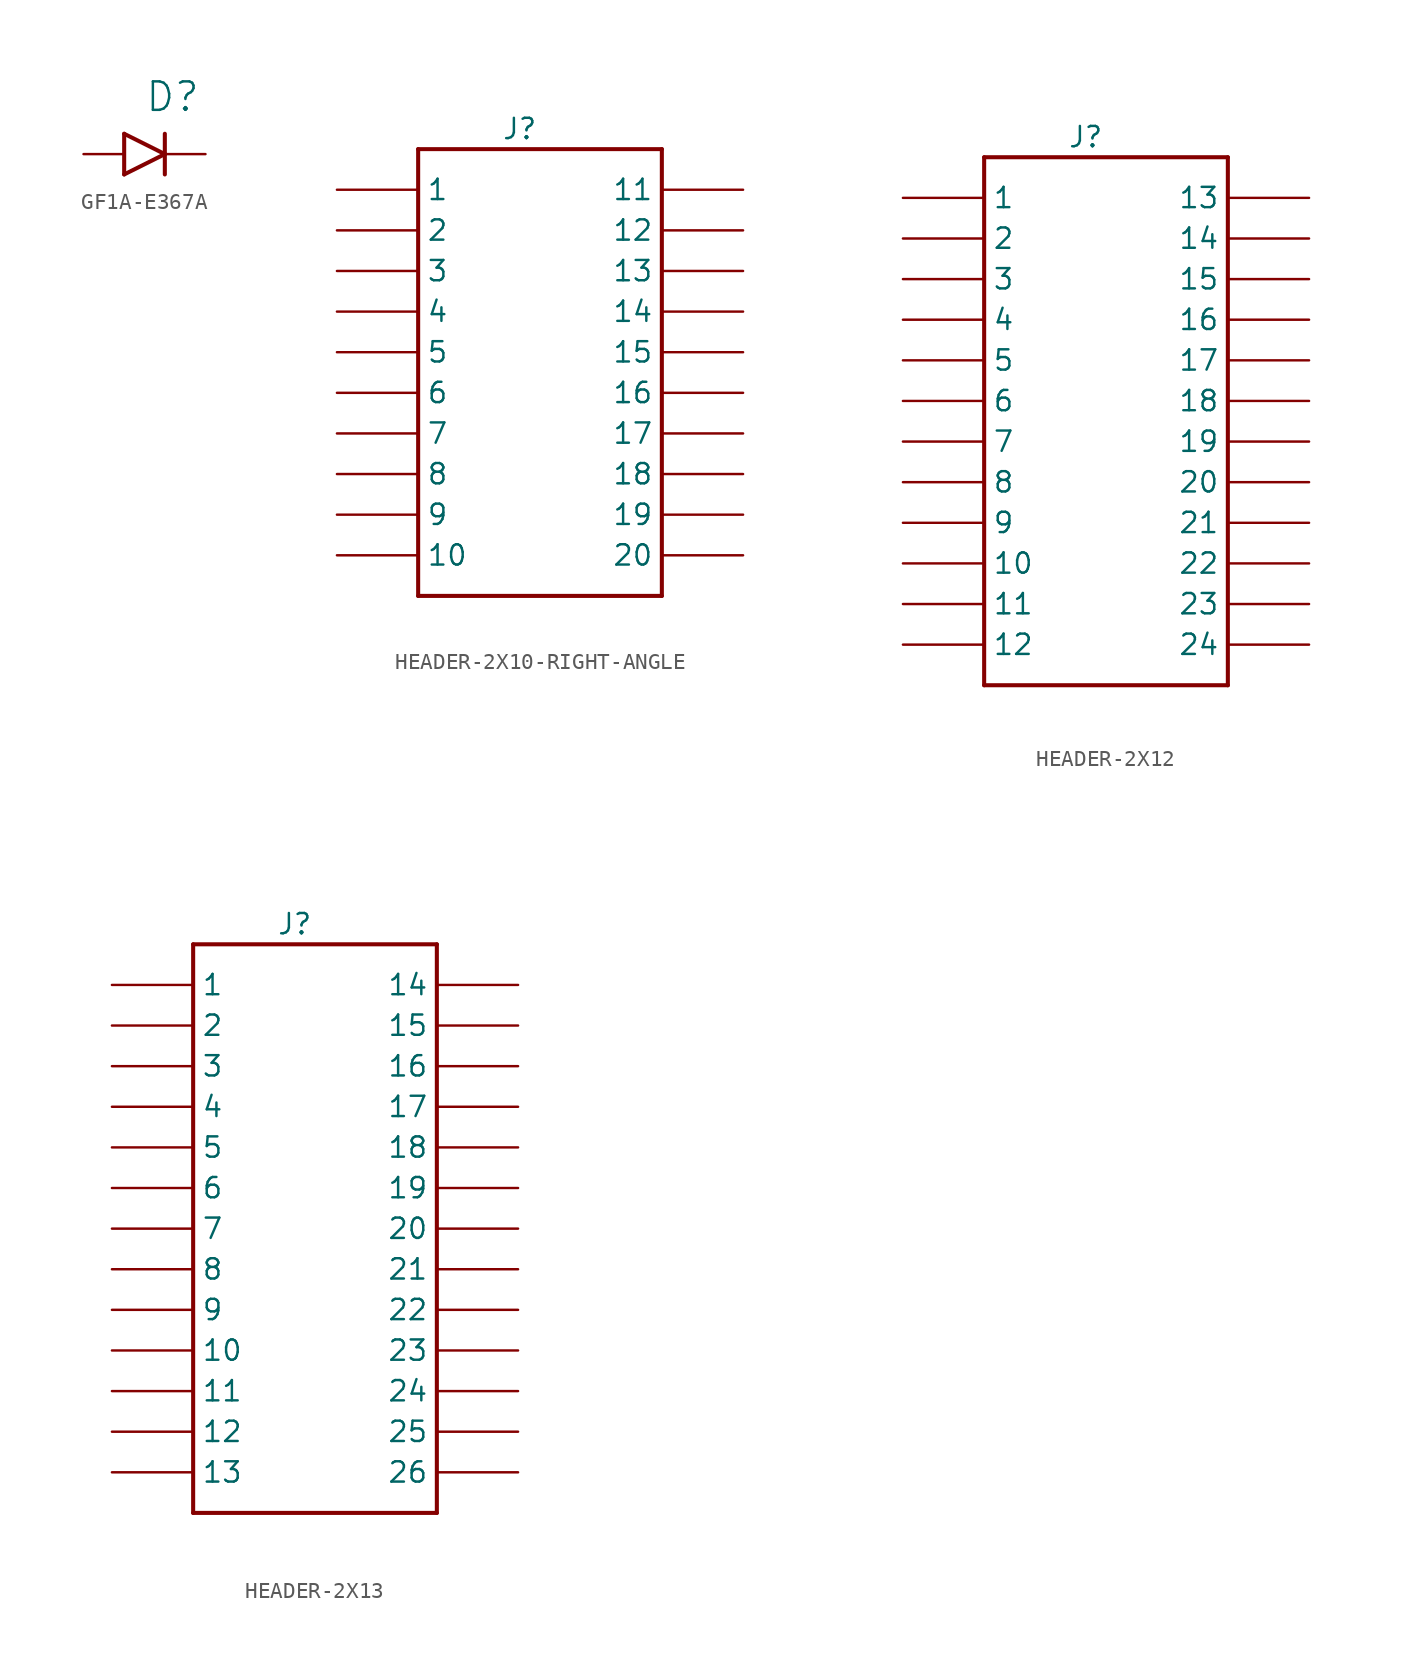
<source format=kicad_sym>
(kicad_symbol_lib
  (version 20220914)
  (generator kicad_symbol_editor)
  (symbol "GF1A-E367A"
    (pin_numbers hide)
    (pin_names hide)
    (property "Reference" "D"
      (at -1.27 2.54 0)
      (effects (font (size 1.778 1.778)) (justify left bottom)))
    (symbol "GF1A-E367A_1_0"
      (polyline (pts (xy -2.54 1.27) (xy -2.54 -1.27)) (stroke (width 0.254) (type solid)) (fill (type none)))
      (polyline (pts (xy -2.54 1.27) (xy 0 0)) (stroke (width 0.254) (type solid)) (fill (type none)))
      (polyline (pts (xy 0 0) (xy -2.54 -1.27)) (stroke (width 0.254) (type solid)) (fill (type none)))
      (polyline (pts (xy 0 0) (xy 0 -1.27)) (stroke (width 0.254) (type solid)) (fill (type none)))
      (polyline (pts (xy 0 1.27) (xy 0 0)) (stroke (width 0.254) (type solid)) (fill (type none)))
      (pin passive line (at -5.08 0 0) (length 2.54) (name "1" (effects (font (size 0 0)))) (number "1" (effects (font (size 0 0)))))
      (pin passive line (at 2.54 0 180) (length 2.54) (name "2" (effects (font (size 0 0)))) (number "2" (effects (font (size 0 0)))))))
  (symbol "HEADER-2X10-RIGHT-ANGLE"
    (pin_numbers hide)
    (property "Reference" "J"
      (at -1.27 15.24 0)
      (effects (font (size 1.27 1.27))))
    (symbol "HEADER-2X10-RIGHT-ANGLE_1_0"
      (polyline (pts (xy -7.62 -13.97) (xy -7.62 13.97)) (stroke (width 0.254) (type solid)) (fill (type none)))
      (polyline (pts (xy -7.62 13.97) (xy 7.62 13.97)) (stroke (width 0.254) (type solid)) (fill (type none)))
      (polyline (pts (xy 7.62 -13.97) (xy -7.62 -13.97)) (stroke (width 0.254) (type solid)) (fill (type none)))
      (polyline (pts (xy 7.62 13.97) (xy 7.62 -13.97)) (stroke (width 0.254) (type solid)) (fill (type none)))
      (pin passive line (at -12.7 11.43 0) (length 5.08) (name "1" (effects (font (size 1.27 1.27)))) (number "1" (effects (font (size 1.27 1.27)))))
      (pin passive line (at -12.7 -11.43 0) (length 5.08) (name "10" (effects (font (size 1.27 1.27)))) (number "10" (effects (font (size 1.27 1.27)))))
      (pin passive line (at 12.7 11.43 180) (length 5.08) (name "11" (effects (font (size 1.27 1.27)))) (number "11" (effects (font (size 1.27 1.27)))))
      (pin passive line (at 12.7 8.89 180) (length 5.08) (name "12" (effects (font (size 1.27 1.27)))) (number "12" (effects (font (size 1.27 1.27)))))
      (pin passive line (at 12.7 6.35 180) (length 5.08) (name "13" (effects (font (size 1.27 1.27)))) (number "13" (effects (font (size 1.27 1.27)))))
      (pin passive line (at 12.7 3.81 180) (length 5.08) (name "14" (effects (font (size 1.27 1.27)))) (number "14" (effects (font (size 1.27 1.27)))))
      (pin passive line (at 12.7 1.27 180) (length 5.08) (name "15" (effects (font (size 1.27 1.27)))) (number "15" (effects (font (size 1.27 1.27)))))
      (pin passive line (at 12.7 -1.27 180) (length 5.08) (name "16" (effects (font (size 1.27 1.27)))) (number "16" (effects (font (size 1.27 1.27)))))
      (pin passive line (at 12.7 -3.81 180) (length 5.08) (name "17" (effects (font (size 1.27 1.27)))) (number "17" (effects (font (size 1.27 1.27)))))
      (pin passive line (at 12.7 -6.35 180) (length 5.08) (name "18" (effects (font (size 1.27 1.27)))) (number "18" (effects (font (size 1.27 1.27)))))
      (pin passive line (at 12.7 -8.89 180) (length 5.08) (name "19" (effects (font (size 1.27 1.27)))) (number "19" (effects (font (size 1.27 1.27)))))
      (pin passive line (at -12.7 8.89 0) (length 5.08) (name "2" (effects (font (size 1.27 1.27)))) (number "2" (effects (font (size 1.27 1.27)))))
      (pin passive line (at 12.7 -11.43 180) (length 5.08) (name "20" (effects (font (size 1.27 1.27)))) (number "20" (effects (font (size 1.27 1.27)))))
      (pin passive line (at -12.7 6.35 0) (length 5.08) (name "3" (effects (font (size 1.27 1.27)))) (number "3" (effects (font (size 1.27 1.27)))))
      (pin passive line (at -12.7 3.81 0) (length 5.08) (name "4" (effects (font (size 1.27 1.27)))) (number "4" (effects (font (size 1.27 1.27)))))
      (pin passive line (at -12.7 1.27 0) (length 5.08) (name "5" (effects (font (size 1.27 1.27)))) (number "5" (effects (font (size 1.27 1.27)))))
      (pin passive line (at -12.7 -1.27 0) (length 5.08) (name "6" (effects (font (size 1.27 1.27)))) (number "6" (effects (font (size 1.27 1.27)))))
      (pin passive line (at -12.7 -3.81 0) (length 5.08) (name "7" (effects (font (size 1.27 1.27)))) (number "7" (effects (font (size 1.27 1.27)))))
      (pin passive line (at -12.7 -6.35 0) (length 5.08) (name "8" (effects (font (size 1.27 1.27)))) (number "8" (effects (font (size 1.27 1.27)))))
      (pin passive line (at -12.7 -8.89 0) (length 5.08) (name "9" (effects (font (size 1.27 1.27)))) (number "9" (effects (font (size 1.27 1.27)))))))
  (symbol "HEADER-2X12"
    (pin_numbers hide)
    (property "Reference" "J"
      (at -1.27 16.51 0)
      (effects (font (size 1.27 1.27))))
    (symbol "HEADER-2X12_1_0"
      (polyline (pts (xy -7.62 -17.78) (xy -7.62 15.24)) (stroke (width 0.254) (type solid)) (fill (type none)))
      (polyline (pts (xy -7.62 15.24) (xy 7.62 15.24)) (stroke (width 0.254) (type solid)) (fill (type none)))
      (polyline (pts (xy 7.62 -17.78) (xy -7.62 -17.78)) (stroke (width 0.254) (type solid)) (fill (type none)))
      (polyline (pts (xy 7.62 15.24) (xy 7.62 -17.78)) (stroke (width 0.254) (type solid)) (fill (type none)))
      (pin bidirectional line (at -12.7 12.7 0) (length 5.08) (name "1" (effects (font (size 1.27 1.27)))) (number "1" (effects (font (size 1.27 1.27)))))
      (pin bidirectional line (at -12.7 -10.16 0) (length 5.08) (name "10" (effects (font (size 1.27 1.27)))) (number "10" (effects (font (size 1.27 1.27)))))
      (pin bidirectional line (at -12.7 -12.7 0) (length 5.08) (name "11" (effects (font (size 1.27 1.27)))) (number "11" (effects (font (size 1.27 1.27)))))
      (pin bidirectional line (at -12.7 -15.24 0) (length 5.08) (name "12" (effects (font (size 1.27 1.27)))) (number "12" (effects (font (size 1.27 1.27)))))
      (pin bidirectional line (at 12.7 12.7 180) (length 5.08) (name "13" (effects (font (size 1.27 1.27)))) (number "13" (effects (font (size 1.27 1.27)))))
      (pin bidirectional line (at 12.7 10.16 180) (length 5.08) (name "14" (effects (font (size 1.27 1.27)))) (number "14" (effects (font (size 1.27 1.27)))))
      (pin bidirectional line (at 12.7 7.62 180) (length 5.08) (name "15" (effects (font (size 1.27 1.27)))) (number "15" (effects (font (size 1.27 1.27)))))
      (pin bidirectional line (at 12.7 5.08 180) (length 5.08) (name "16" (effects (font (size 1.27 1.27)))) (number "16" (effects (font (size 1.27 1.27)))))
      (pin bidirectional line (at 12.7 2.54 180) (length 5.08) (name "17" (effects (font (size 1.27 1.27)))) (number "17" (effects (font (size 1.27 1.27)))))
      (pin bidirectional line (at 12.7 0 180) (length 5.08) (name "18" (effects (font (size 1.27 1.27)))) (number "18" (effects (font (size 1.27 1.27)))))
      (pin bidirectional line (at 12.7 -2.54 180) (length 5.08) (name "19" (effects (font (size 1.27 1.27)))) (number "19" (effects (font (size 1.27 1.27)))))
      (pin bidirectional line (at -12.7 10.16 0) (length 5.08) (name "2" (effects (font (size 1.27 1.27)))) (number "2" (effects (font (size 1.27 1.27)))))
      (pin bidirectional line (at 12.7 -5.08 180) (length 5.08) (name "20" (effects (font (size 1.27 1.27)))) (number "20" (effects (font (size 1.27 1.27)))))
      (pin bidirectional line (at 12.7 -7.62 180) (length 5.08) (name "21" (effects (font (size 1.27 1.27)))) (number "21" (effects (font (size 1.27 1.27)))))
      (pin bidirectional line (at 12.7 -10.16 180) (length 5.08) (name "22" (effects (font (size 1.27 1.27)))) (number "22" (effects (font (size 1.27 1.27)))))
      (pin bidirectional line (at 12.7 -12.7 180) (length 5.08) (name "23" (effects (font (size 1.27 1.27)))) (number "23" (effects (font (size 1.27 1.27)))))
      (pin bidirectional line (at 12.7 -15.24 180) (length 5.08) (name "24" (effects (font (size 1.27 1.27)))) (number "24" (effects (font (size 1.27 1.27)))))
      (pin bidirectional line (at -12.7 7.62 0) (length 5.08) (name "3" (effects (font (size 1.27 1.27)))) (number "3" (effects (font (size 1.27 1.27)))))
      (pin bidirectional line (at -12.7 5.08 0) (length 5.08) (name "4" (effects (font (size 1.27 1.27)))) (number "4" (effects (font (size 1.27 1.27)))))
      (pin bidirectional line (at -12.7 2.54 0) (length 5.08) (name "5" (effects (font (size 1.27 1.27)))) (number "5" (effects (font (size 1.27 1.27)))))
      (pin bidirectional line (at -12.7 0 0) (length 5.08) (name "6" (effects (font (size 1.27 1.27)))) (number "6" (effects (font (size 1.27 1.27)))))
      (pin bidirectional line (at -12.7 -2.54 0) (length 5.08) (name "7" (effects (font (size 1.27 1.27)))) (number "7" (effects (font (size 1.27 1.27)))))
      (pin bidirectional line (at -12.7 -5.08 0) (length 5.08) (name "8" (effects (font (size 1.27 1.27)))) (number "8" (effects (font (size 1.27 1.27)))))
      (pin bidirectional line (at -12.7 -7.62 0) (length 5.08) (name "9" (effects (font (size 1.27 1.27)))) (number "9" (effects (font (size 1.27 1.27)))))))
  (symbol "HEADER-2X13"
    (pin_numbers hide)
    (property "Reference" "J"
      (at -1.27 16.51 0)
      (effects (font (size 1.27 1.27))))
    (symbol "HEADER-2X13_1_0"
      (polyline (pts (xy -7.62 -20.32) (xy -7.62 15.24)) (stroke (width 0.254) (type solid)) (fill (type none)))
      (polyline (pts (xy -7.62 15.24) (xy 7.62 15.24)) (stroke (width 0.254) (type solid)) (fill (type none)))
      (polyline (pts (xy 7.62 -20.32) (xy -7.62 -20.32)) (stroke (width 0.254) (type solid)) (fill (type none)))
      (polyline (pts (xy 7.62 15.24) (xy 7.62 -20.32)) (stroke (width 0.254) (type solid)) (fill (type none)))
      (pin bidirectional line (at -12.7 12.7 0) (length 5.08) (name "1" (effects (font (size 1.27 1.27)))) (number "1" (effects (font (size 1.27 1.27)))))
      (pin bidirectional line (at -12.7 -10.16 0) (length 5.08) (name "10" (effects (font (size 1.27 1.27)))) (number "10" (effects (font (size 1.27 1.27)))))
      (pin bidirectional line (at -12.7 -12.7 0) (length 5.08) (name "11" (effects (font (size 1.27 1.27)))) (number "11" (effects (font (size 1.27 1.27)))))
      (pin bidirectional line (at -12.7 -15.24 0) (length 5.08) (name "12" (effects (font (size 1.27 1.27)))) (number "12" (effects (font (size 1.27 1.27)))))
      (pin bidirectional line (at -12.7 -17.78 0) (length 5.08) (name "13" (effects (font (size 1.27 1.27)))) (number "13" (effects (font (size 1.27 1.27)))))
      (pin bidirectional line (at 12.7 12.7 180) (length 5.08) (name "14" (effects (font (size 1.27 1.27)))) (number "14" (effects (font (size 1.27 1.27)))))
      (pin bidirectional line (at 12.7 10.16 180) (length 5.08) (name "15" (effects (font (size 1.27 1.27)))) (number "15" (effects (font (size 1.27 1.27)))))
      (pin bidirectional line (at 12.7 7.62 180) (length 5.08) (name "16" (effects (font (size 1.27 1.27)))) (number "16" (effects (font (size 1.27 1.27)))))
      (pin bidirectional line (at 12.7 5.08 180) (length 5.08) (name "17" (effects (font (size 1.27 1.27)))) (number "17" (effects (font (size 1.27 1.27)))))
      (pin bidirectional line (at 12.7 2.54 180) (length 5.08) (name "18" (effects (font (size 1.27 1.27)))) (number "18" (effects (font (size 1.27 1.27)))))
      (pin bidirectional line (at 12.7 0 180) (length 5.08) (name "19" (effects (font (size 1.27 1.27)))) (number "19" (effects (font (size 1.27 1.27)))))
      (pin bidirectional line (at -12.7 10.16 0) (length 5.08) (name "2" (effects (font (size 1.27 1.27)))) (number "2" (effects (font (size 1.27 1.27)))))
      (pin bidirectional line (at 12.7 -2.54 180) (length 5.08) (name "20" (effects (font (size 1.27 1.27)))) (number "20" (effects (font (size 1.27 1.27)))))
      (pin bidirectional line (at 12.7 -5.08 180) (length 5.08) (name "21" (effects (font (size 1.27 1.27)))) (number "21" (effects (font (size 1.27 1.27)))))
      (pin bidirectional line (at 12.7 -7.62 180) (length 5.08) (name "22" (effects (font (size 1.27 1.27)))) (number "22" (effects (font (size 1.27 1.27)))))
      (pin bidirectional line (at 12.7 -10.16 180) (length 5.08) (name "23" (effects (font (size 1.27 1.27)))) (number "23" (effects (font (size 1.27 1.27)))))
      (pin bidirectional line (at 12.7 -12.7 180) (length 5.08) (name "24" (effects (font (size 1.27 1.27)))) (number "24" (effects (font (size 1.27 1.27)))))
      (pin bidirectional line (at 12.7 -15.24 180) (length 5.08) (name "25" (effects (font (size 1.27 1.27)))) (number "25" (effects (font (size 1.27 1.27)))))
      (pin bidirectional line (at 12.7 -17.78 180) (length 5.08) (name "26" (effects (font (size 1.27 1.27)))) (number "26" (effects (font (size 1.27 1.27)))))
      (pin bidirectional line (at -12.7 7.62 0) (length 5.08) (name "3" (effects (font (size 1.27 1.27)))) (number "3" (effects (font (size 1.27 1.27)))))
      (pin bidirectional line (at -12.7 5.08 0) (length 5.08) (name "4" (effects (font (size 1.27 1.27)))) (number "4" (effects (font (size 1.27 1.27)))))
      (pin bidirectional line (at -12.7 2.54 0) (length 5.08) (name "5" (effects (font (size 1.27 1.27)))) (number "5" (effects (font (size 1.27 1.27)))))
      (pin bidirectional line (at -12.7 0 0) (length 5.08) (name "6" (effects (font (size 1.27 1.27)))) (number "6" (effects (font (size 1.27 1.27)))))
      (pin bidirectional line (at -12.7 -2.54 0) (length 5.08) (name "7" (effects (font (size 1.27 1.27)))) (number "7" (effects (font (size 1.27 1.27)))))
      (pin bidirectional line (at -12.7 -5.08 0) (length 5.08) (name "8" (effects (font (size 1.27 1.27)))) (number "8" (effects (font (size 1.27 1.27)))))
      (pin bidirectional line (at -12.7 -7.62 0) (length 5.08) (name "9" (effects (font (size 1.27 1.27)))) (number "9" (effects (font (size 1.27 1.27))))))))
</source>
